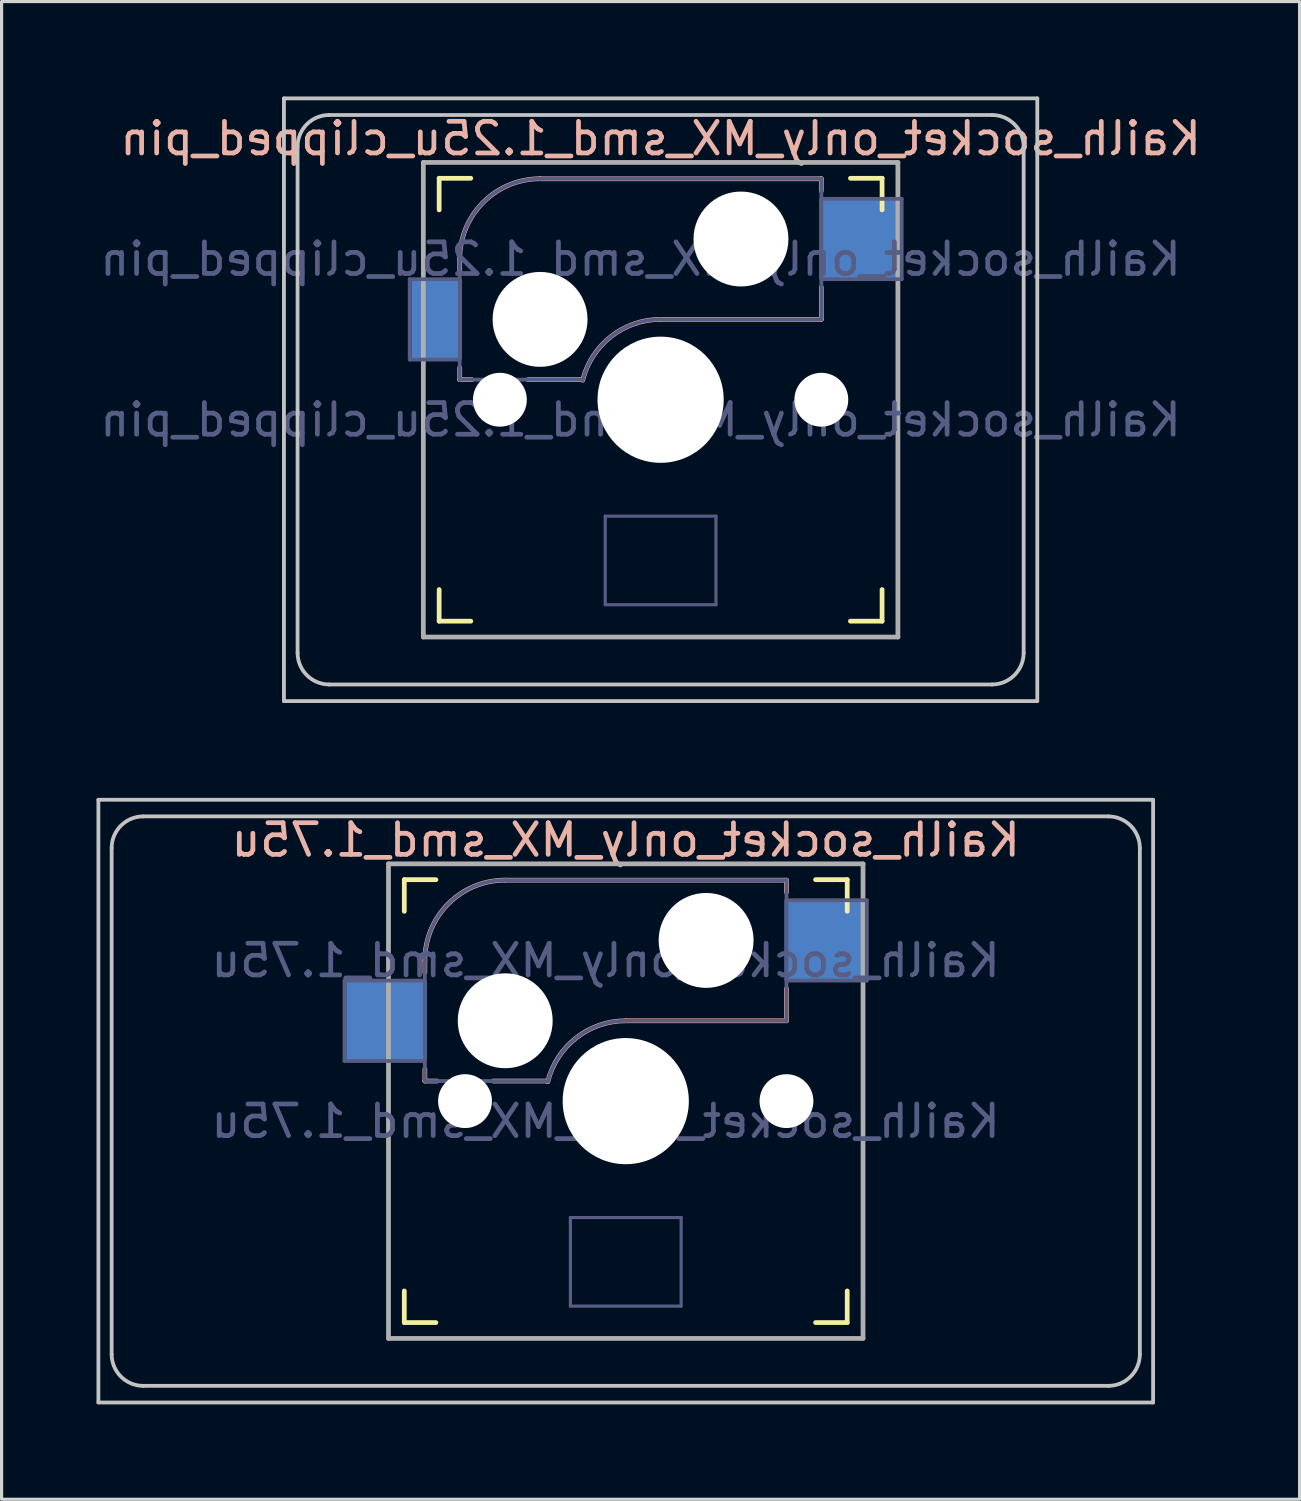
<source format=kicad_pcb>
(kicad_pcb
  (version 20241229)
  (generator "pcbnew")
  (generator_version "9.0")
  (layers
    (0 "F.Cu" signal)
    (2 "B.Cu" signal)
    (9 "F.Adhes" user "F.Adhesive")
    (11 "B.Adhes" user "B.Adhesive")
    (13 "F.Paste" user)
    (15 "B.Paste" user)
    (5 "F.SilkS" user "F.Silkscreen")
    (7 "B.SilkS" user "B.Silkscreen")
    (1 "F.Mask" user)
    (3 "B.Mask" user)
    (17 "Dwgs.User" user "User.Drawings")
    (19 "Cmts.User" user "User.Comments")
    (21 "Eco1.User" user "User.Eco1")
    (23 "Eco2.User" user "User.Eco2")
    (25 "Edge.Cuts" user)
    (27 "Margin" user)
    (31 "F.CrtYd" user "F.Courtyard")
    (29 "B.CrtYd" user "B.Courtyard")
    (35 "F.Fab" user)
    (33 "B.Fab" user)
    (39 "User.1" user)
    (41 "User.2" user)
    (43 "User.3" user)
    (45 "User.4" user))
  (footprint "Kailh_socket_only_MX_smd_1.75u"
    (layer "F.Cu")
    (at 16.729 31.755)
    (property "Reference" "Kailh_socket_only_MX_smd_1.75u" (at 0 -8.255 0) (layer "B.SilkS") (effects (font (size 1 1) (thickness 0.15)) (justify mirror)))
    (property "Value" "Kailh_socket_only_MX_smd_1.75u" (at 0 8.255 0) (layer "F.Fab") (hide yes) (effects (font (size 1 1) (thickness 0.15))))
    (attr smd)
    (fp_line (start -7 -6) (end -7 -7) (stroke (width 0.15) (type solid)) (layer "F.SilkS"))
    (fp_line (start -7 7) (end -7 6) (stroke (width 0.15) (type solid)) (layer "F.SilkS"))
    (fp_line (start -7 7) (end -6 7) (stroke (width 0.15) (type solid)) (layer "F.SilkS"))
    (fp_line (start -6 -7) (end -7 -7) (stroke (width 0.15) (type solid)) (layer "F.SilkS"))
    (fp_line (start 6 7) (end 7 7) (stroke (width 0.15) (type solid)) (layer "F.SilkS"))
    (fp_line (start 7 -7) (end 6 -7) (stroke (width 0.15) (type solid)) (layer "F.SilkS"))
    (fp_line (start 7 -7) (end 7 -6) (stroke (width 0.15) (type solid)) (layer "F.SilkS"))
    (fp_line (start 7 6) (end 7 7) (stroke (width 0.15) (type solid)) (layer "F.SilkS"))
    (fp_line (start -6.35 -4.445) (end -6.35 -4.064) (stroke (width 0.15) (type solid)) (layer "B.SilkS"))
    (fp_line (start -6.35 -1.016) (end -6.35 -0.635) (stroke (width 0.15) (type solid)) (layer "B.SilkS"))
    (fp_line (start -5.969 -0.635) (end -6.35 -0.635) (stroke (width 0.15) (type solid)) (layer "B.SilkS"))
    (fp_line (start -3.81 -6.985) (end 5.08 -6.985) (stroke (width 0.15) (type solid)) (layer "B.SilkS"))
    (fp_line (start -2.464 -0.635) (end -4.191 -0.635) (stroke (width 0.15) (type solid)) (layer "B.SilkS"))
    (fp_line (start 5.08 -6.985) (end 5.08 -6.604) (stroke (width 0.15) (type solid)) (layer "B.SilkS"))
    (fp_line (start 5.08 -3.556) (end 5.08 -2.54) (stroke (width 0.15) (type solid)) (layer "B.SilkS"))
    (fp_line (start 5.08 -2.54) (end 0 -2.54) (stroke (width 0.15) (type solid)) (layer "B.SilkS"))
    (fp_arc (start -6.35 -4.445) (mid -5.606051 -6.241051) (end -3.81 -6.985) (stroke (width 0.15) (type solid)) (layer "B.SilkS"))
    (fp_arc (start -2.464162 -0.61604) (mid -1.563147 -2.002042) (end 0 -2.54) (stroke (width 0.15) (type solid)) (layer "B.SilkS"))
    (fp_line (start -16.669 -9.525) (end 16.669 -9.525) (stroke (width 0.12) (type solid)) (layer "Dwgs.User"))
    (fp_line (start -16.669 9.525) (end -16.669 -9.525) (stroke (width 0.12) (type solid)) (layer "Dwgs.User"))
    (fp_line (start -16.25 8) (end -16.25 -8) (stroke (width 0.12) (type solid)) (layer "Dwgs.User"))
    (fp_line (start -15.25 -9) (end 15.25 -9) (stroke (width 0.12) (type solid)) (layer "Dwgs.User"))
    (fp_line (start -15.25 9) (end 15.25 9) (stroke (width 0.12) (type solid)) (layer "Dwgs.User"))
    (fp_line (start 16.25 8) (end 16.25 -8) (stroke (width 0.12) (type solid)) (layer "Dwgs.User"))
    (fp_line (start 16.669 -9.525) (end 16.669 9.525) (stroke (width 0.12) (type solid)) (layer "Dwgs.User"))
    (fp_line (start 16.669 9.525) (end -16.669 9.525) (stroke (width 0.12) (type solid)) (layer "Dwgs.User"))
    (fp_arc (start -16.25 -8) (mid -15.957107 -8.707107) (end -15.25 -9) (stroke (width 0.12) (type solid)) (layer "Dwgs.User"))
    (fp_arc (start -15.25 9) (mid -15.957107 8.707107) (end -16.25 8) (stroke (width 0.12) (type solid)) (layer "Dwgs.User"))
    (fp_arc (start 15.25 -9) (mid 15.957107 -8.707107) (end 16.25 -8) (stroke (width 0.12) (type solid)) (layer "Dwgs.User"))
    (fp_arc (start 16.25 8) (mid 15.957107 8.707107) (end 15.25 9) (stroke (width 0.12) (type solid)) (layer "Dwgs.User"))
    (fp_line (start -6.9 6.9) (end -6.9 -6.9) (stroke (width 0.15) (type solid)) (layer "Eco2.User"))
    (fp_line (start -6.9 6.9) (end 6.9 6.9) (stroke (width 0.15) (type solid)) (layer "Eco2.User"))
    (fp_line (start 6.9 -6.9) (end -6.9 -6.9) (stroke (width 0.15) (type solid)) (layer "Eco2.User"))
    (fp_line (start 6.9 -6.9) (end 6.9 6.9) (stroke (width 0.15) (type solid)) (layer "Eco2.User"))
    (fp_line (start -8.89 -3.81) (end -6.35 -3.81) (stroke (width 0.12) (type solid)) (layer "B.Fab"))
    (fp_line (start -8.89 -1.27) (end -8.89 -3.81) (stroke (width 0.12) (type solid)) (layer "B.Fab"))
    (fp_line (start -6.35 -1.27) (end -8.89 -1.27) (stroke (width 0.12) (type solid)) (layer "B.Fab"))
    (fp_line (start -6.35 -0.635) (end -6.35 -4.445) (stroke (width 0.12) (type solid)) (layer "B.Fab"))
    (fp_line (start -6.35 -0.635) (end -2.54 -0.635) (stroke (width 0.12) (type solid)) (layer "B.Fab"))
    (fp_line (start -3.81 -6.985) (end 5.08 -6.985) (stroke (width 0.12) (type solid)) (layer "B.Fab"))
    (fp_line (start -1.75 3.68) (end -1.75 6.48) (stroke (width 0.1) (type solid)) (layer "B.Fab"))
    (fp_line (start -1.75 3.68) (end 1.75 3.68) (stroke (width 0.1) (type solid)) (layer "B.Fab"))
    (fp_line (start -1.75 6.48) (end 1.75 6.48) (stroke (width 0.1) (type solid)) (layer "B.Fab"))
    (fp_line (start 1.75 3.68) (end 1.75 6.48) (stroke (width 0.1) (type solid)) (layer "B.Fab"))
    (fp_line (start 5.08 -6.985) (end 5.08 -2.54) (stroke (width 0.12) (type solid)) (layer "B.Fab"))
    (fp_line (start 5.08 -6.35) (end 7.62 -6.35) (stroke (width 0.12) (type solid)) (layer "B.Fab"))
    (fp_line (start 5.08 -2.54) (end 0 -2.54) (stroke (width 0.12) (type solid)) (layer "B.Fab"))
    (fp_line (start 7.62 -6.35) (end 7.62 -3.81) (stroke (width 0.12) (type solid)) (layer "B.Fab"))
    (fp_line (start 7.62 -3.81) (end 5.08 -3.81) (stroke (width 0.12) (type solid)) (layer "B.Fab"))
    (fp_arc (start -6.35 -4.445) (mid -5.606051 -6.241051) (end -3.81 -6.985) (stroke (width 0.12) (type solid)) (layer "B.Fab"))
    (fp_arc (start -2.464162 -0.61604) (mid -1.563147 -2.002042) (end 0 -2.54) (stroke (width 0.12) (type solid)) (layer "B.Fab"))
    (fp_line (start -7.5 -7.5) (end 7.5 -7.5) (stroke (width 0.15) (type solid)) (layer "F.Fab"))
    (fp_line (start -7.5 7.5) (end -7.5 -7.5) (stroke (width 0.15) (type solid)) (layer "F.Fab"))
    (fp_line (start 7.5 -7.5) (end 7.5 7.5) (stroke (width 0.15) (type solid)) (layer "F.Fab"))
    (fp_line (start 7.5 7.5) (end -7.5 7.5) (stroke (width 0.15) (type solid)) (layer "F.Fab"))
    (fp_text user "${REFERENCE}" (at -0.635 -4.445 0) (layer "B.Fab") (effects (font (size 1 1) (thickness 0.15)) (justify mirror)))
    (fp_text user "${VALUE}" (at -0.635 0.635 0) (layer "B.Fab") (effects (font (size 1 1) (thickness 0.15)) (justify mirror)))
    (pad "" np_thru_hole circle (at -5.08 0) (size 1.702 1.702) (drill 1.702) (layers "*.Cu" "*.Mask"))
    (pad "" np_thru_hole circle (at -3.81 -2.54) (size 3 3) (drill 3) (layers "*.Cu" "*.Mask"))
    (pad "" np_thru_hole circle (at 0 0) (size 3.988 3.988) (drill 3.988) (layers "*.Cu" "*.Mask"))
    (pad "" np_thru_hole circle (at 2.54 -5.08) (size 3 3) (drill 3) (layers "*.Cu" "*.Mask"))
    (pad "" np_thru_hole circle (at 5.08 0) (size 1.702 1.702) (drill 1.702) (layers "*.Cu" "*.Mask"))
    (pad "1" smd rect (at 6.29 -5.08) (size 2.55 2.5) (layers "B.Cu" "B.Mask" "B.Paste"))
    (pad "2" smd rect (at -7.56 -2.54) (size 2.55 2.5) (layers "B.Cu" "B.Mask" "B.Paste")))
  (footprint "Kailh_socket_only_MX_smd_1.25u_clipped_pin"
    (layer "F.Cu")
    (at 17.831 9.585)
    (property "Reference" "Kailh_socket_only_MX_smd_1.25u_clipped_pin" (at 0 -8.255 0) (layer "B.SilkS") (effects (font (size 1 1) (thickness 0.15)) (justify mirror)))
    (property "Value" "Kailh_socket_only_MX_smd_1.25u_clipped_pin" (at 0 8.255 0) (layer "F.Fab") (hide yes) (effects (font (size 1 1) (thickness 0.15))))
    (attr smd)
    (fp_line (start -7 -6) (end -7 -7) (stroke (width 0.15) (type solid)) (layer "F.SilkS"))
    (fp_line (start -7 7) (end -7 6) (stroke (width 0.15) (type solid)) (layer "F.SilkS"))
    (fp_line (start -7 7) (end -6 7) (stroke (width 0.15) (type solid)) (layer "F.SilkS"))
    (fp_line (start -6 -7) (end -7 -7) (stroke (width 0.15) (type solid)) (layer "F.SilkS"))
    (fp_line (start 6 7) (end 7 7) (stroke (width 0.15) (type solid)) (layer "F.SilkS"))
    (fp_line (start 7 -7) (end 6 -7) (stroke (width 0.15) (type solid)) (layer "F.SilkS"))
    (fp_line (start 7 -7) (end 7 -6) (stroke (width 0.15) (type solid)) (layer "F.SilkS"))
    (fp_line (start 7 6) (end 7 7) (stroke (width 0.15) (type solid)) (layer "F.SilkS"))
    (fp_line (start -6.35 -4.445) (end -6.35 -4.064) (stroke (width 0.15) (type solid)) (layer "B.SilkS"))
    (fp_line (start -6.35 -1.016) (end -6.35 -0.635) (stroke (width 0.15) (type solid)) (layer "B.SilkS"))
    (fp_line (start -5.969 -0.635) (end -6.35 -0.635) (stroke (width 0.15) (type solid)) (layer "B.SilkS"))
    (fp_line (start -3.81 -6.985) (end 5.08 -6.985) (stroke (width 0.15) (type solid)) (layer "B.SilkS"))
    (fp_line (start -2.464 -0.635) (end -4.191 -0.635) (stroke (width 0.15) (type solid)) (layer "B.SilkS"))
    (fp_line (start 5.08 -6.985) (end 5.08 -6.604) (stroke (width 0.15) (type solid)) (layer "B.SilkS"))
    (fp_line (start 5.08 -3.556) (end 5.08 -2.54) (stroke (width 0.15) (type solid)) (layer "B.SilkS"))
    (fp_line (start 5.08 -2.54) (end 0 -2.54) (stroke (width 0.15) (type solid)) (layer "B.SilkS"))
    (fp_arc (start -6.35 -4.445) (mid -5.606051 -6.241051) (end -3.81 -6.985) (stroke (width 0.15) (type solid)) (layer "B.SilkS"))
    (fp_arc (start -2.464162 -0.61604) (mid -1.563147 -2.002042) (end 0 -2.54) (stroke (width 0.15) (type solid)) (layer "B.SilkS"))
    (fp_line (start -11.906 -9.525) (end 11.906 -9.525) (stroke (width 0.12) (type solid)) (layer "Dwgs.User"))
    (fp_line (start -11.906 9.525) (end -11.906 -9.525) (stroke (width 0.12) (type solid)) (layer "Dwgs.User"))
    (fp_line (start -11.475 8) (end -11.475 -8) (stroke (width 0.12) (type solid)) (layer "Dwgs.User"))
    (fp_line (start -10.475 -9) (end 10.475 -9) (stroke (width 0.12) (type solid)) (layer "Dwgs.User"))
    (fp_line (start -10.475 9) (end 10.475 9) (stroke (width 0.12) (type solid)) (layer "Dwgs.User"))
    (fp_line (start 11.475 8) (end 11.475 -8) (stroke (width 0.12) (type solid)) (layer "Dwgs.User"))
    (fp_line (start 11.906 -9.525) (end 11.906 9.525) (stroke (width 0.12) (type solid)) (layer "Dwgs.User"))
    (fp_line (start 11.906 9.525) (end -11.906 9.525) (stroke (width 0.12) (type solid)) (layer "Dwgs.User"))
    (fp_arc (start -11.475 -8) (mid -11.182107 -8.707107) (end -10.475 -9) (stroke (width 0.12) (type solid)) (layer "Dwgs.User"))
    (fp_arc (start -10.475 9) (mid -11.182107 8.707107) (end -11.475 8) (stroke (width 0.12) (type solid)) (layer "Dwgs.User"))
    (fp_arc (start 10.475 -9) (mid 11.182107 -8.707107) (end 11.475 -8) (stroke (width 0.12) (type solid)) (layer "Dwgs.User"))
    (fp_arc (start 11.475 8) (mid 11.182107 8.707107) (end 10.475 9) (stroke (width 0.12) (type solid)) (layer "Dwgs.User"))
    (fp_line (start -6.9 6.9) (end -6.9 -6.9) (stroke (width 0.15) (type solid)) (layer "Eco2.User"))
    (fp_line (start -6.9 6.9) (end 6.9 6.9) (stroke (width 0.15) (type solid)) (layer "Eco2.User"))
    (fp_line (start 6.9 -6.9) (end -6.9 -6.9) (stroke (width 0.15) (type solid)) (layer "Eco2.User"))
    (fp_line (start 6.9 -6.9) (end 6.9 6.9) (stroke (width 0.15) (type solid)) (layer "Eco2.User"))
    (fp_line (start -7.93 -3.81) (end -6.35 -3.81) (stroke (width 0.12) (type solid)) (layer "B.Fab"))
    (fp_line (start -7.93 -1.27) (end -7.93 -3.81) (stroke (width 0.12) (type solid)) (layer "B.Fab"))
    (fp_line (start -6.35 -1.27) (end -7.93 -1.27) (stroke (width 0.12) (type solid)) (layer "B.Fab"))
    (fp_line (start -6.35 -0.635) (end -6.35 -4.445) (stroke (width 0.12) (type solid)) (layer "B.Fab"))
    (fp_line (start -6.35 -0.635) (end -2.54 -0.635) (stroke (width 0.12) (type solid)) (layer "B.Fab"))
    (fp_line (start -3.81 -6.985) (end 5.08 -6.985) (stroke (width 0.12) (type solid)) (layer "B.Fab"))
    (fp_line (start -1.75 3.68) (end -1.75 6.48) (stroke (width 0.1) (type solid)) (layer "B.Fab"))
    (fp_line (start -1.75 3.68) (end 1.75 3.68) (stroke (width 0.1) (type solid)) (layer "B.Fab"))
    (fp_line (start -1.75 6.48) (end 1.75 6.48) (stroke (width 0.1) (type solid)) (layer "B.Fab"))
    (fp_line (start 1.75 3.68) (end 1.75 6.48) (stroke (width 0.1) (type solid)) (layer "B.Fab"))
    (fp_line (start 5.08 -6.985) (end 5.08 -2.54) (stroke (width 0.12) (type solid)) (layer "B.Fab"))
    (fp_line (start 5.08 -6.35) (end 7.62 -6.35) (stroke (width 0.12) (type solid)) (layer "B.Fab"))
    (fp_line (start 5.08 -2.54) (end 0 -2.54) (stroke (width 0.12) (type solid)) (layer "B.Fab"))
    (fp_line (start 7.62 -6.35) (end 7.62 -3.81) (stroke (width 0.12) (type solid)) (layer "B.Fab"))
    (fp_line (start 7.62 -3.81) (end 5.08 -3.81) (stroke (width 0.12) (type solid)) (layer "B.Fab"))
    (fp_arc (start -6.35 -4.445) (mid -5.606051 -6.241051) (end -3.81 -6.985) (stroke (width 0.12) (type solid)) (layer "B.Fab"))
    (fp_arc (start -2.464162 -0.61604) (mid -1.563147 -2.002042) (end 0 -2.54) (stroke (width 0.12) (type solid)) (layer "B.Fab"))
    (fp_line (start -7.5 -7.5) (end 7.5 -7.5) (stroke (width 0.15) (type solid)) (layer "F.Fab"))
    (fp_line (start -7.5 7.5) (end -7.5 -7.5) (stroke (width 0.15) (type solid)) (layer "F.Fab"))
    (fp_line (start 7.5 -7.5) (end 7.5 7.5) (stroke (width 0.15) (type solid)) (layer "F.Fab"))
    (fp_line (start 7.5 7.5) (end -7.5 7.5) (stroke (width 0.15) (type solid)) (layer "F.Fab"))
    (fp_text user "${REFERENCE}" (at -0.635 -4.445 0) (layer "B.Fab") (effects (font (size 1 1) (thickness 0.15)) (justify mirror)))
    (fp_text user "${VALUE}" (at -0.635 0.635 0) (layer "B.Fab") (effects (font (size 1 1) (thickness 0.15)) (justify mirror)))
    (pad "" np_thru_hole circle (at -5.08 0) (size 1.702 1.702) (drill 1.702) (layers "*.Cu" "*.Mask"))
    (pad "" np_thru_hole circle (at -3.81 -2.54) (size 3 3) (drill 3) (layers "*.Cu" "*.Mask"))
    (pad "" np_thru_hole circle (at 0 0) (size 3.988 3.988) (drill 3.988) (layers "*.Cu" "*.Mask"))
    (pad "" np_thru_hole circle (at 2.54 -5.08) (size 3 3) (drill 3) (layers "*.Cu" "*.Mask"))
    (pad "" np_thru_hole circle (at 5.08 0) (size 1.702 1.702) (drill 1.702) (layers "*.Cu" "*.Mask"))
    (pad "1" smd rect (at 6.29 -5.08) (size 2.55 2.5) (layers "B.Cu" "B.Mask" "B.Paste"))
    (pad "2" smd rect (at -7.08 -2.54) (size 1.59 2.5) (layers "B.Cu" "B.Mask" "B.Paste")))
  (gr_rect
    (start -3 -3)
    (end 38.028 44.34)
    (stroke (width 0.1) (type default))
    (fill no)
    (layer "Edge.Cuts")))
</source>
